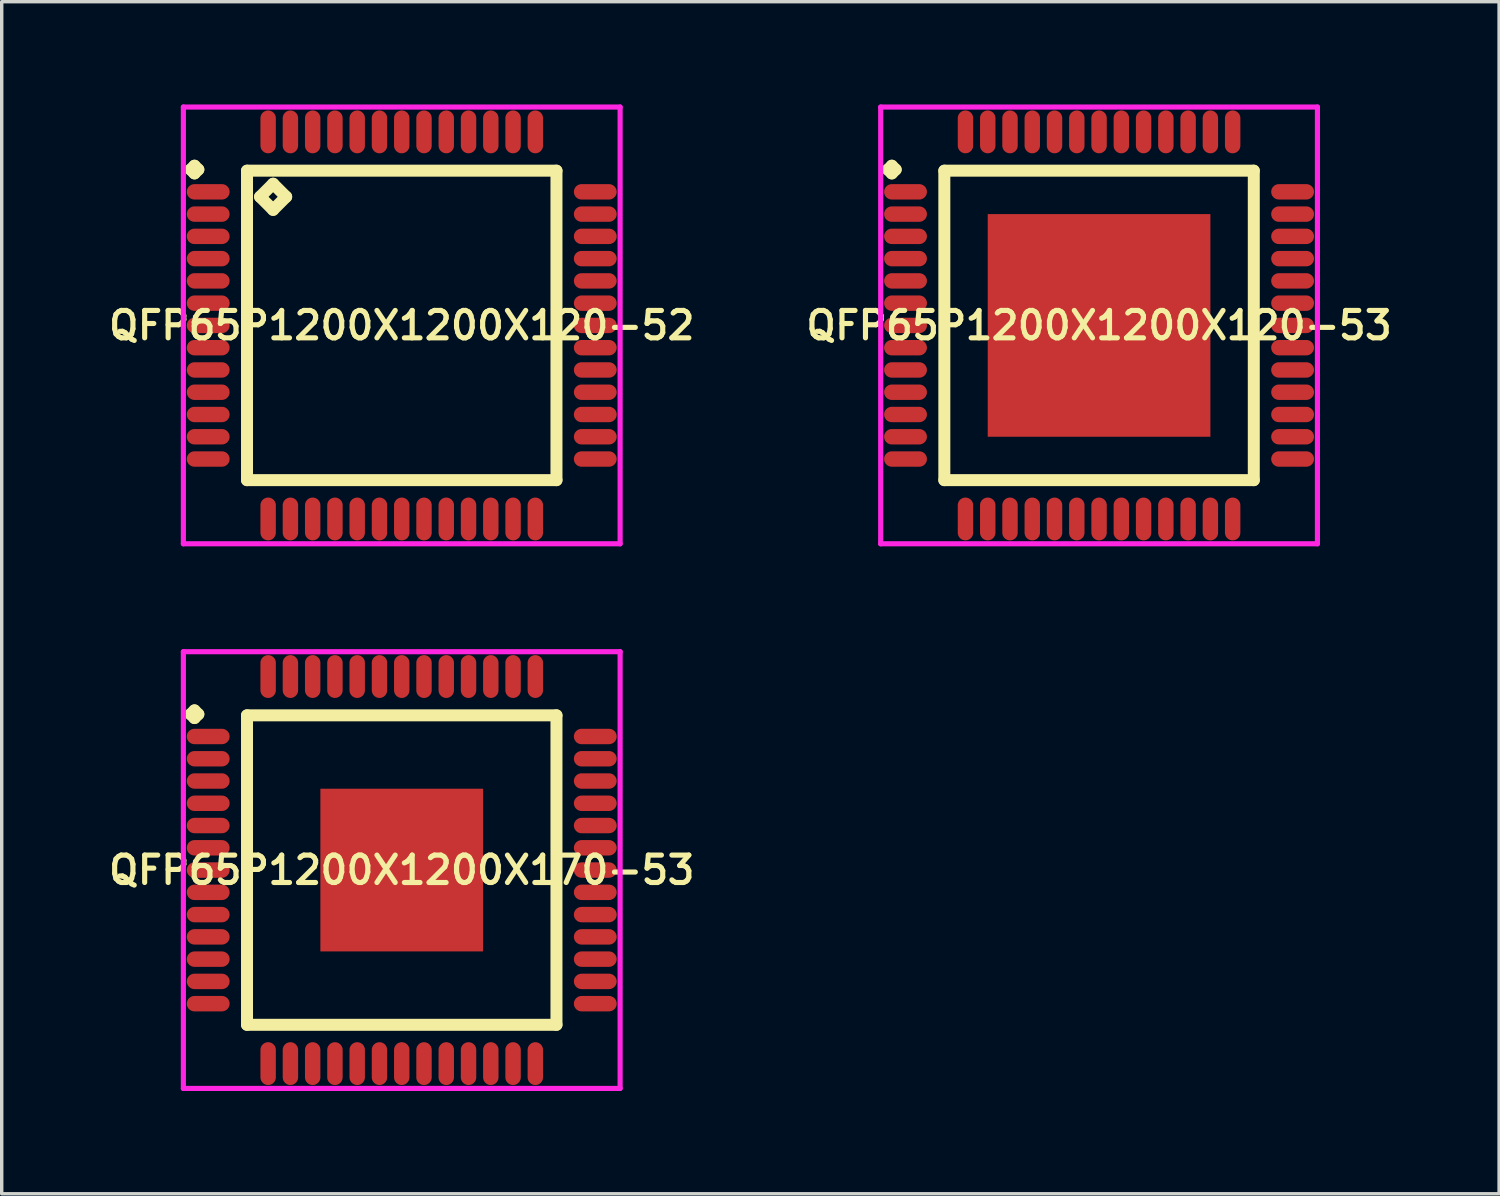
<source format=kicad_pcb>
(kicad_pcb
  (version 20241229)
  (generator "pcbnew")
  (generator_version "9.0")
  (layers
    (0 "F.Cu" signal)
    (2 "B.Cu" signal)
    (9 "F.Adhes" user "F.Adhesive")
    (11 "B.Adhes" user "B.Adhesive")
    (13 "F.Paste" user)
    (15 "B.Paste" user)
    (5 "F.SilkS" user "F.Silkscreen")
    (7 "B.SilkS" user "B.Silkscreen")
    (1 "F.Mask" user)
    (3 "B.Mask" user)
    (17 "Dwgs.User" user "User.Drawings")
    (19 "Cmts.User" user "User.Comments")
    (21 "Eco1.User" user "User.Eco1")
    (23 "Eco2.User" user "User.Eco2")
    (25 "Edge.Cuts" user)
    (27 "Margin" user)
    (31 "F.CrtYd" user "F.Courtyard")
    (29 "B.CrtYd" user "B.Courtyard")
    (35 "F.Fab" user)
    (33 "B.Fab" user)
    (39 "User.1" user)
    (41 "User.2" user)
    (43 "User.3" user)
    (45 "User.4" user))
  (footprint "QFP65P1200X1200X120-52"
    (layer "F.Cu")
    (at 8.678 6.45)
    (property "Reference" "QFP65P1200X1200X120-52" (at 0 0 0) (layer "F.SilkS") (effects (font (size 0.8 0.8) (thickness 0.15))))
    (attr smd)
    (fp_line (start -6.162 -4.55) (end -6.05 -4.662) (stroke (width 0.35) (type solid)) (layer "F.SilkS"))
    (fp_line (start -6.05 -4.662) (end -5.938 -4.55) (stroke (width 0.35) (type solid)) (layer "F.SilkS"))
    (fp_line (start -6.05 -4.438) (end -6.162 -4.55) (stroke (width 0.35) (type solid)) (layer "F.SilkS"))
    (fp_line (start -5.938 -4.55) (end -6.05 -4.438) (stroke (width 0.35) (type solid)) (layer "F.SilkS"))
    (fp_line (start -4.517 -4.517) (end -4.517 4.517) (stroke (width 0.35) (type solid)) (layer "F.SilkS"))
    (fp_line (start -4.517 4.517) (end 4.517 4.517) (stroke (width 0.35) (type solid)) (layer "F.SilkS"))
    (fp_line (start -4.136 -3.755) (end -3.755 -4.136) (stroke (width 0.35) (type solid)) (layer "F.SilkS"))
    (fp_line (start -3.755 -4.136) (end -3.374 -3.755) (stroke (width 0.35) (type solid)) (layer "F.SilkS"))
    (fp_line (start -3.755 -3.374) (end -4.136 -3.755) (stroke (width 0.35) (type solid)) (layer "F.SilkS"))
    (fp_line (start -3.374 -3.755) (end -3.755 -3.374) (stroke (width 0.35) (type solid)) (layer "F.SilkS"))
    (fp_line (start 4.517 -4.517) (end -4.517 -4.517) (stroke (width 0.35) (type solid)) (layer "F.SilkS"))
    (fp_line (start 4.517 4.517) (end 4.517 -4.517) (stroke (width 0.35) (type solid)) (layer "F.SilkS"))
    (fp_line (start -6.375 -6.375) (end 6.375 -6.375) (stroke (width 0.15) (type solid)) (layer "F.CrtYd"))
    (fp_line (start -6.375 6.375) (end -6.375 -6.375) (stroke (width 0.15) (type solid)) (layer "F.CrtYd"))
    (fp_line (start 6.375 -6.375) (end 6.375 6.375) (stroke (width 0.15) (type solid)) (layer "F.CrtYd"))
    (fp_line (start 6.375 6.375) (end -6.375 6.375) (stroke (width 0.15) (type solid)) (layer "F.CrtYd"))
    (pad "1" smd oval (at -5.65 -3.9) (size 1.25 0.45) (layers "F.Cu" "F.Mask" "F.Paste"))
    (pad "2" smd oval (at -5.65 -3.25) (size 1.25 0.45) (layers "F.Cu" "F.Mask" "F.Paste"))
    (pad "3" smd oval (at -5.65 -2.6) (size 1.25 0.45) (layers "F.Cu" "F.Mask" "F.Paste"))
    (pad "4" smd oval (at -5.65 -1.95) (size 1.25 0.45) (layers "F.Cu" "F.Mask" "F.Paste"))
    (pad "5" smd oval (at -5.65 -1.3) (size 1.25 0.45) (layers "F.Cu" "F.Mask" "F.Paste"))
    (pad "6" smd oval (at -5.65 -0.65) (size 1.25 0.45) (layers "F.Cu" "F.Mask" "F.Paste"))
    (pad "7" smd oval (at -5.65 0) (size 1.25 0.45) (layers "F.Cu" "F.Mask" "F.Paste"))
    (pad "8" smd oval (at -5.65 0.65) (size 1.25 0.45) (layers "F.Cu" "F.Mask" "F.Paste"))
    (pad "9" smd oval (at -5.65 1.3) (size 1.25 0.45) (layers "F.Cu" "F.Mask" "F.Paste"))
    (pad "10" smd oval (at -5.65 1.95) (size 1.25 0.45) (layers "F.Cu" "F.Mask" "F.Paste"))
    (pad "11" smd oval (at -5.65 2.6) (size 1.25 0.45) (layers "F.Cu" "F.Mask" "F.Paste"))
    (pad "12" smd oval (at -5.65 3.25) (size 1.25 0.45) (layers "F.Cu" "F.Mask" "F.Paste"))
    (pad "13" smd oval (at -5.65 3.9) (size 1.25 0.45) (layers "F.Cu" "F.Mask" "F.Paste"))
    (pad "14" smd oval (at -3.9 5.65) (size 0.45 1.25) (layers "F.Cu" "F.Mask" "F.Paste"))
    (pad "15" smd oval (at -3.25 5.65) (size 0.45 1.25) (layers "F.Cu" "F.Mask" "F.Paste"))
    (pad "16" smd oval (at -2.6 5.65) (size 0.45 1.25) (layers "F.Cu" "F.Mask" "F.Paste"))
    (pad "17" smd oval (at -1.95 5.65) (size 0.45 1.25) (layers "F.Cu" "F.Mask" "F.Paste"))
    (pad "18" smd oval (at -1.3 5.65) (size 0.45 1.25) (layers "F.Cu" "F.Mask" "F.Paste"))
    (pad "19" smd oval (at -0.65 5.65) (size 0.45 1.25) (layers "F.Cu" "F.Mask" "F.Paste"))
    (pad "20" smd oval (at 0 5.65) (size 0.45 1.25) (layers "F.Cu" "F.Mask" "F.Paste"))
    (pad "21" smd oval (at 0.65 5.65) (size 0.45 1.25) (layers "F.Cu" "F.Mask" "F.Paste"))
    (pad "22" smd oval (at 1.3 5.65) (size 0.45 1.25) (layers "F.Cu" "F.Mask" "F.Paste"))
    (pad "23" smd oval (at 1.95 5.65) (size 0.45 1.25) (layers "F.Cu" "F.Mask" "F.Paste"))
    (pad "24" smd oval (at 2.6 5.65) (size 0.45 1.25) (layers "F.Cu" "F.Mask" "F.Paste"))
    (pad "25" smd oval (at 3.25 5.65) (size 0.45 1.25) (layers "F.Cu" "F.Mask" "F.Paste"))
    (pad "26" smd oval (at 3.9 5.65) (size 0.45 1.25) (layers "F.Cu" "F.Mask" "F.Paste"))
    (pad "27" smd oval (at 5.65 3.9) (size 1.25 0.45) (layers "F.Cu" "F.Mask" "F.Paste"))
    (pad "28" smd oval (at 5.65 3.25) (size 1.25 0.45) (layers "F.Cu" "F.Mask" "F.Paste"))
    (pad "29" smd oval (at 5.65 2.6) (size 1.25 0.45) (layers "F.Cu" "F.Mask" "F.Paste"))
    (pad "30" smd oval (at 5.65 1.95) (size 1.25 0.45) (layers "F.Cu" "F.Mask" "F.Paste"))
    (pad "31" smd oval (at 5.65 1.3) (size 1.25 0.45) (layers "F.Cu" "F.Mask" "F.Paste"))
    (pad "32" smd oval (at 5.65 0.65) (size 1.25 0.45) (layers "F.Cu" "F.Mask" "F.Paste"))
    (pad "33" smd oval (at 5.65 0) (size 1.25 0.45) (layers "F.Cu" "F.Mask" "F.Paste"))
    (pad "34" smd oval (at 5.65 -0.65) (size 1.25 0.45) (layers "F.Cu" "F.Mask" "F.Paste"))
    (pad "35" smd oval (at 5.65 -1.3) (size 1.25 0.45) (layers "F.Cu" "F.Mask" "F.Paste"))
    (pad "36" smd oval (at 5.65 -1.95) (size 1.25 0.45) (layers "F.Cu" "F.Mask" "F.Paste"))
    (pad "37" smd oval (at 5.65 -2.6) (size 1.25 0.45) (layers "F.Cu" "F.Mask" "F.Paste"))
    (pad "38" smd oval (at 5.65 -3.25) (size 1.25 0.45) (layers "F.Cu" "F.Mask" "F.Paste"))
    (pad "39" smd oval (at 5.65 -3.9) (size 1.25 0.45) (layers "F.Cu" "F.Mask" "F.Paste"))
    (pad "40" smd oval (at 3.9 -5.65) (size 0.45 1.25) (layers "F.Cu" "F.Mask" "F.Paste"))
    (pad "41" smd oval (at 3.25 -5.65) (size 0.45 1.25) (layers "F.Cu" "F.Mask" "F.Paste"))
    (pad "42" smd oval (at 2.6 -5.65) (size 0.45 1.25) (layers "F.Cu" "F.Mask" "F.Paste"))
    (pad "43" smd oval (at 1.95 -5.65) (size 0.45 1.25) (layers "F.Cu" "F.Mask" "F.Paste"))
    (pad "44" smd oval (at 1.3 -5.65) (size 0.45 1.25) (layers "F.Cu" "F.Mask" "F.Paste"))
    (pad "45" smd oval (at 0.65 -5.65) (size 0.45 1.25) (layers "F.Cu" "F.Mask" "F.Paste"))
    (pad "46" smd oval (at 0 -5.65) (size 0.45 1.25) (layers "F.Cu" "F.Mask" "F.Paste"))
    (pad "47" smd oval (at -0.65 -5.65) (size 0.45 1.25) (layers "F.Cu" "F.Mask" "F.Paste"))
    (pad "48" smd oval (at -1.3 -5.65) (size 0.45 1.25) (layers "F.Cu" "F.Mask" "F.Paste"))
    (pad "49" smd oval (at -1.95 -5.65) (size 0.45 1.25) (layers "F.Cu" "F.Mask" "F.Paste"))
    (pad "50" smd oval (at -2.6 -5.65) (size 0.45 1.25) (layers "F.Cu" "F.Mask" "F.Paste"))
    (pad "51" smd oval (at -3.25 -5.65) (size 0.45 1.25) (layers "F.Cu" "F.Mask" "F.Paste"))
    (pad "52" smd oval (at -3.9 -5.65) (size 0.45 1.25) (layers "F.Cu" "F.Mask" "F.Paste")))
  (footprint "QFP65P1200X1200X170-53"
    (layer "F.Cu")
    (at 8.678 22.35)
    (property "Reference" "QFP65P1200X1200X170-53" (at 0 0 0) (layer "F.SilkS") (effects (font (size 0.8 0.8) (thickness 0.15))))
    (attr smd)
    (fp_line (start -6.162 -4.55) (end -6.05 -4.662) (stroke (width 0.35) (type solid)) (layer "F.SilkS"))
    (fp_line (start -6.05 -4.662) (end -5.938 -4.55) (stroke (width 0.35) (type solid)) (layer "F.SilkS"))
    (fp_line (start -6.05 -4.438) (end -6.162 -4.55) (stroke (width 0.35) (type solid)) (layer "F.SilkS"))
    (fp_line (start -5.938 -4.55) (end -6.05 -4.438) (stroke (width 0.35) (type solid)) (layer "F.SilkS"))
    (fp_line (start -4.517 -4.517) (end -4.517 4.517) (stroke (width 0.35) (type solid)) (layer "F.SilkS"))
    (fp_line (start -4.517 4.517) (end 4.517 4.517) (stroke (width 0.35) (type solid)) (layer "F.SilkS"))
    (fp_line (start 4.517 -4.517) (end -4.517 -4.517) (stroke (width 0.35) (type solid)) (layer "F.SilkS"))
    (fp_line (start 4.517 4.517) (end 4.517 -4.517) (stroke (width 0.35) (type solid)) (layer "F.SilkS"))
    (fp_line (start -6.375 -6.375) (end 6.375 -6.375) (stroke (width 0.15) (type solid)) (layer "F.CrtYd"))
    (fp_line (start -6.375 6.375) (end -6.375 -6.375) (stroke (width 0.15) (type solid)) (layer "F.CrtYd"))
    (fp_line (start 6.375 -6.375) (end 6.375 6.375) (stroke (width 0.15) (type solid)) (layer "F.CrtYd"))
    (fp_line (start 6.375 6.375) (end -6.375 6.375) (stroke (width 0.15) (type solid)) (layer "F.CrtYd"))
    (pad "1" smd oval (at -5.65 -3.9) (size 1.25 0.45) (layers "F.Cu" "F.Mask" "F.Paste"))
    (pad "2" smd oval (at -5.65 -3.25) (size 1.25 0.45) (layers "F.Cu" "F.Mask" "F.Paste"))
    (pad "3" smd oval (at -5.65 -2.6) (size 1.25 0.45) (layers "F.Cu" "F.Mask" "F.Paste"))
    (pad "4" smd oval (at -5.65 -1.95) (size 1.25 0.45) (layers "F.Cu" "F.Mask" "F.Paste"))
    (pad "5" smd oval (at -5.65 -1.3) (size 1.25 0.45) (layers "F.Cu" "F.Mask" "F.Paste"))
    (pad "6" smd oval (at -5.65 -0.65) (size 1.25 0.45) (layers "F.Cu" "F.Mask" "F.Paste"))
    (pad "7" smd oval (at -5.65 0) (size 1.25 0.45) (layers "F.Cu" "F.Mask" "F.Paste"))
    (pad "8" smd oval (at -5.65 0.65) (size 1.25 0.45) (layers "F.Cu" "F.Mask" "F.Paste"))
    (pad "9" smd oval (at -5.65 1.3) (size 1.25 0.45) (layers "F.Cu" "F.Mask" "F.Paste"))
    (pad "10" smd oval (at -5.65 1.95) (size 1.25 0.45) (layers "F.Cu" "F.Mask" "F.Paste"))
    (pad "11" smd oval (at -5.65 2.6) (size 1.25 0.45) (layers "F.Cu" "F.Mask" "F.Paste"))
    (pad "12" smd oval (at -5.65 3.25) (size 1.25 0.45) (layers "F.Cu" "F.Mask" "F.Paste"))
    (pad "13" smd oval (at -5.65 3.9) (size 1.25 0.45) (layers "F.Cu" "F.Mask" "F.Paste"))
    (pad "14" smd oval (at -3.9 5.65) (size 0.45 1.25) (layers "F.Cu" "F.Mask" "F.Paste"))
    (pad "15" smd oval (at -3.25 5.65) (size 0.45 1.25) (layers "F.Cu" "F.Mask" "F.Paste"))
    (pad "16" smd oval (at -2.6 5.65) (size 0.45 1.25) (layers "F.Cu" "F.Mask" "F.Paste"))
    (pad "17" smd oval (at -1.95 5.65) (size 0.45 1.25) (layers "F.Cu" "F.Mask" "F.Paste"))
    (pad "18" smd oval (at -1.3 5.65) (size 0.45 1.25) (layers "F.Cu" "F.Mask" "F.Paste"))
    (pad "19" smd oval (at -0.65 5.65) (size 0.45 1.25) (layers "F.Cu" "F.Mask" "F.Paste"))
    (pad "20" smd oval (at 0 5.65) (size 0.45 1.25) (layers "F.Cu" "F.Mask" "F.Paste"))
    (pad "21" smd oval (at 0.65 5.65) (size 0.45 1.25) (layers "F.Cu" "F.Mask" "F.Paste"))
    (pad "22" smd oval (at 1.3 5.65) (size 0.45 1.25) (layers "F.Cu" "F.Mask" "F.Paste"))
    (pad "23" smd oval (at 1.95 5.65) (size 0.45 1.25) (layers "F.Cu" "F.Mask" "F.Paste"))
    (pad "24" smd oval (at 2.6 5.65) (size 0.45 1.25) (layers "F.Cu" "F.Mask" "F.Paste"))
    (pad "25" smd oval (at 3.25 5.65) (size 0.45 1.25) (layers "F.Cu" "F.Mask" "F.Paste"))
    (pad "26" smd oval (at 3.9 5.65) (size 0.45 1.25) (layers "F.Cu" "F.Mask" "F.Paste"))
    (pad "27" smd oval (at 5.65 3.9) (size 1.25 0.45) (layers "F.Cu" "F.Mask" "F.Paste"))
    (pad "28" smd oval (at 5.65 3.25) (size 1.25 0.45) (layers "F.Cu" "F.Mask" "F.Paste"))
    (pad "29" smd oval (at 5.65 2.6) (size 1.25 0.45) (layers "F.Cu" "F.Mask" "F.Paste"))
    (pad "30" smd oval (at 5.65 1.95) (size 1.25 0.45) (layers "F.Cu" "F.Mask" "F.Paste"))
    (pad "31" smd oval (at 5.65 1.3) (size 1.25 0.45) (layers "F.Cu" "F.Mask" "F.Paste"))
    (pad "32" smd oval (at 5.65 0.65) (size 1.25 0.45) (layers "F.Cu" "F.Mask" "F.Paste"))
    (pad "33" smd oval (at 5.65 0) (size 1.25 0.45) (layers "F.Cu" "F.Mask" "F.Paste"))
    (pad "34" smd oval (at 5.65 -0.65) (size 1.25 0.45) (layers "F.Cu" "F.Mask" "F.Paste"))
    (pad "35" smd oval (at 5.65 -1.3) (size 1.25 0.45) (layers "F.Cu" "F.Mask" "F.Paste"))
    (pad "36" smd oval (at 5.65 -1.95) (size 1.25 0.45) (layers "F.Cu" "F.Mask" "F.Paste"))
    (pad "37" smd oval (at 5.65 -2.6) (size 1.25 0.45) (layers "F.Cu" "F.Mask" "F.Paste"))
    (pad "38" smd oval (at 5.65 -3.25) (size 1.25 0.45) (layers "F.Cu" "F.Mask" "F.Paste"))
    (pad "39" smd oval (at 5.65 -3.9) (size 1.25 0.45) (layers "F.Cu" "F.Mask" "F.Paste"))
    (pad "40" smd oval (at 3.9 -5.65) (size 0.45 1.25) (layers "F.Cu" "F.Mask" "F.Paste"))
    (pad "41" smd oval (at 3.25 -5.65) (size 0.45 1.25) (layers "F.Cu" "F.Mask" "F.Paste"))
    (pad "42" smd oval (at 2.6 -5.65) (size 0.45 1.25) (layers "F.Cu" "F.Mask" "F.Paste"))
    (pad "43" smd oval (at 1.95 -5.65) (size 0.45 1.25) (layers "F.Cu" "F.Mask" "F.Paste"))
    (pad "44" smd oval (at 1.3 -5.65) (size 0.45 1.25) (layers "F.Cu" "F.Mask" "F.Paste"))
    (pad "45" smd oval (at 0.65 -5.65) (size 0.45 1.25) (layers "F.Cu" "F.Mask" "F.Paste"))
    (pad "46" smd oval (at 0 -5.65) (size 0.45 1.25) (layers "F.Cu" "F.Mask" "F.Paste"))
    (pad "47" smd oval (at -0.65 -5.65) (size 0.45 1.25) (layers "F.Cu" "F.Mask" "F.Paste"))
    (pad "48" smd oval (at -1.3 -5.65) (size 0.45 1.25) (layers "F.Cu" "F.Mask" "F.Paste"))
    (pad "49" smd oval (at -1.95 -5.65) (size 0.45 1.25) (layers "F.Cu" "F.Mask" "F.Paste"))
    (pad "50" smd oval (at -2.6 -5.65) (size 0.45 1.25) (layers "F.Cu" "F.Mask" "F.Paste"))
    (pad "51" smd oval (at -3.25 -5.65) (size 0.45 1.25) (layers "F.Cu" "F.Mask" "F.Paste"))
    (pad "52" smd oval (at -3.9 -5.65) (size 0.45 1.25) (layers "F.Cu" "F.Mask" "F.Paste"))
    (pad "53" smd rect (at 0 0) (size 4.75 4.75) (layers "F.Cu" "F.Mask" "F.Paste")))
  (footprint "QFP65P1200X1200X120-53"
    (layer "F.Cu")
    (at 29.035 6.45)
    (property "Reference" "QFP65P1200X1200X120-53" (at 0 0 0) (layer "F.SilkS") (effects (font (size 0.8 0.8) (thickness 0.15))))
    (attr smd)
    (fp_line (start -6.162 -4.55) (end -6.05 -4.662) (stroke (width 0.35) (type solid)) (layer "F.SilkS"))
    (fp_line (start -6.05 -4.662) (end -5.938 -4.55) (stroke (width 0.35) (type solid)) (layer "F.SilkS"))
    (fp_line (start -6.05 -4.438) (end -6.162 -4.55) (stroke (width 0.35) (type solid)) (layer "F.SilkS"))
    (fp_line (start -5.938 -4.55) (end -6.05 -4.438) (stroke (width 0.35) (type solid)) (layer "F.SilkS"))
    (fp_line (start -4.517 -4.517) (end -4.517 4.517) (stroke (width 0.35) (type solid)) (layer "F.SilkS"))
    (fp_line (start -4.517 4.517) (end 4.517 4.517) (stroke (width 0.35) (type solid)) (layer "F.SilkS"))
    (fp_line (start 4.517 -4.517) (end -4.517 -4.517) (stroke (width 0.35) (type solid)) (layer "F.SilkS"))
    (fp_line (start 4.517 4.517) (end 4.517 -4.517) (stroke (width 0.35) (type solid)) (layer "F.SilkS"))
    (fp_line (start -6.375 -6.375) (end 6.375 -6.375) (stroke (width 0.15) (type solid)) (layer "F.CrtYd"))
    (fp_line (start -6.375 6.375) (end -6.375 -6.375) (stroke (width 0.15) (type solid)) (layer "F.CrtYd"))
    (fp_line (start 6.375 -6.375) (end 6.375 6.375) (stroke (width 0.15) (type solid)) (layer "F.CrtYd"))
    (fp_line (start 6.375 6.375) (end -6.375 6.375) (stroke (width 0.15) (type solid)) (layer "F.CrtYd"))
    (pad "1" smd oval (at -5.65 -3.9) (size 1.25 0.45) (layers "F.Cu" "F.Mask" "F.Paste"))
    (pad "2" smd oval (at -5.65 -3.25) (size 1.25 0.45) (layers "F.Cu" "F.Mask" "F.Paste"))
    (pad "3" smd oval (at -5.65 -2.6) (size 1.25 0.45) (layers "F.Cu" "F.Mask" "F.Paste"))
    (pad "4" smd oval (at -5.65 -1.95) (size 1.25 0.45) (layers "F.Cu" "F.Mask" "F.Paste"))
    (pad "5" smd oval (at -5.65 -1.3) (size 1.25 0.45) (layers "F.Cu" "F.Mask" "F.Paste"))
    (pad "6" smd oval (at -5.65 -0.65) (size 1.25 0.45) (layers "F.Cu" "F.Mask" "F.Paste"))
    (pad "7" smd oval (at -5.65 0) (size 1.25 0.45) (layers "F.Cu" "F.Mask" "F.Paste"))
    (pad "8" smd oval (at -5.65 0.65) (size 1.25 0.45) (layers "F.Cu" "F.Mask" "F.Paste"))
    (pad "9" smd oval (at -5.65 1.3) (size 1.25 0.45) (layers "F.Cu" "F.Mask" "F.Paste"))
    (pad "10" smd oval (at -5.65 1.95) (size 1.25 0.45) (layers "F.Cu" "F.Mask" "F.Paste"))
    (pad "11" smd oval (at -5.65 2.6) (size 1.25 0.45) (layers "F.Cu" "F.Mask" "F.Paste"))
    (pad "12" smd oval (at -5.65 3.25) (size 1.25 0.45) (layers "F.Cu" "F.Mask" "F.Paste"))
    (pad "13" smd oval (at -5.65 3.9) (size 1.25 0.45) (layers "F.Cu" "F.Mask" "F.Paste"))
    (pad "14" smd oval (at -3.9 5.65) (size 0.45 1.25) (layers "F.Cu" "F.Mask" "F.Paste"))
    (pad "15" smd oval (at -3.25 5.65) (size 0.45 1.25) (layers "F.Cu" "F.Mask" "F.Paste"))
    (pad "16" smd oval (at -2.6 5.65) (size 0.45 1.25) (layers "F.Cu" "F.Mask" "F.Paste"))
    (pad "17" smd oval (at -1.95 5.65) (size 0.45 1.25) (layers "F.Cu" "F.Mask" "F.Paste"))
    (pad "18" smd oval (at -1.3 5.65) (size 0.45 1.25) (layers "F.Cu" "F.Mask" "F.Paste"))
    (pad "19" smd oval (at -0.65 5.65) (size 0.45 1.25) (layers "F.Cu" "F.Mask" "F.Paste"))
    (pad "20" smd oval (at 0 5.65) (size 0.45 1.25) (layers "F.Cu" "F.Mask" "F.Paste"))
    (pad "21" smd oval (at 0.65 5.65) (size 0.45 1.25) (layers "F.Cu" "F.Mask" "F.Paste"))
    (pad "22" smd oval (at 1.3 5.65) (size 0.45 1.25) (layers "F.Cu" "F.Mask" "F.Paste"))
    (pad "23" smd oval (at 1.95 5.65) (size 0.45 1.25) (layers "F.Cu" "F.Mask" "F.Paste"))
    (pad "24" smd oval (at 2.6 5.65) (size 0.45 1.25) (layers "F.Cu" "F.Mask" "F.Paste"))
    (pad "25" smd oval (at 3.25 5.65) (size 0.45 1.25) (layers "F.Cu" "F.Mask" "F.Paste"))
    (pad "26" smd oval (at 3.9 5.65) (size 0.45 1.25) (layers "F.Cu" "F.Mask" "F.Paste"))
    (pad "27" smd oval (at 5.65 3.9) (size 1.25 0.45) (layers "F.Cu" "F.Mask" "F.Paste"))
    (pad "28" smd oval (at 5.65 3.25) (size 1.25 0.45) (layers "F.Cu" "F.Mask" "F.Paste"))
    (pad "29" smd oval (at 5.65 2.6) (size 1.25 0.45) (layers "F.Cu" "F.Mask" "F.Paste"))
    (pad "30" smd oval (at 5.65 1.95) (size 1.25 0.45) (layers "F.Cu" "F.Mask" "F.Paste"))
    (pad "31" smd oval (at 5.65 1.3) (size 1.25 0.45) (layers "F.Cu" "F.Mask" "F.Paste"))
    (pad "32" smd oval (at 5.65 0.65) (size 1.25 0.45) (layers "F.Cu" "F.Mask" "F.Paste"))
    (pad "33" smd oval (at 5.65 0) (size 1.25 0.45) (layers "F.Cu" "F.Mask" "F.Paste"))
    (pad "34" smd oval (at 5.65 -0.65) (size 1.25 0.45) (layers "F.Cu" "F.Mask" "F.Paste"))
    (pad "35" smd oval (at 5.65 -1.3) (size 1.25 0.45) (layers "F.Cu" "F.Mask" "F.Paste"))
    (pad "36" smd oval (at 5.65 -1.95) (size 1.25 0.45) (layers "F.Cu" "F.Mask" "F.Paste"))
    (pad "37" smd oval (at 5.65 -2.6) (size 1.25 0.45) (layers "F.Cu" "F.Mask" "F.Paste"))
    (pad "38" smd oval (at 5.65 -3.25) (size 1.25 0.45) (layers "F.Cu" "F.Mask" "F.Paste"))
    (pad "39" smd oval (at 5.65 -3.9) (size 1.25 0.45) (layers "F.Cu" "F.Mask" "F.Paste"))
    (pad "40" smd oval (at 3.9 -5.65) (size 0.45 1.25) (layers "F.Cu" "F.Mask" "F.Paste"))
    (pad "41" smd oval (at 3.25 -5.65) (size 0.45 1.25) (layers "F.Cu" "F.Mask" "F.Paste"))
    (pad "42" smd oval (at 2.6 -5.65) (size 0.45 1.25) (layers "F.Cu" "F.Mask" "F.Paste"))
    (pad "43" smd oval (at 1.95 -5.65) (size 0.45 1.25) (layers "F.Cu" "F.Mask" "F.Paste"))
    (pad "44" smd oval (at 1.3 -5.65) (size 0.45 1.25) (layers "F.Cu" "F.Mask" "F.Paste"))
    (pad "45" smd oval (at 0.65 -5.65) (size 0.45 1.25) (layers "F.Cu" "F.Mask" "F.Paste"))
    (pad "46" smd oval (at 0 -5.65) (size 0.45 1.25) (layers "F.Cu" "F.Mask" "F.Paste"))
    (pad "47" smd oval (at -0.65 -5.65) (size 0.45 1.25) (layers "F.Cu" "F.Mask" "F.Paste"))
    (pad "48" smd oval (at -1.3 -5.65) (size 0.45 1.25) (layers "F.Cu" "F.Mask" "F.Paste"))
    (pad "49" smd oval (at -1.95 -5.65) (size 0.45 1.25) (layers "F.Cu" "F.Mask" "F.Paste"))
    (pad "50" smd oval (at -2.6 -5.65) (size 0.45 1.25) (layers "F.Cu" "F.Mask" "F.Paste"))
    (pad "51" smd oval (at -3.25 -5.65) (size 0.45 1.25) (layers "F.Cu" "F.Mask" "F.Paste"))
    (pad "52" smd oval (at -3.9 -5.65) (size 0.45 1.25) (layers "F.Cu" "F.Mask" "F.Paste"))
    (pad "53" smd rect (at 0 0) (size 6.5 6.5) (layers "F.Cu" "F.Mask" "F.Paste")))
  (gr_rect
    (start -3 -3)
    (end 40.713 31.8)
    (stroke (width 0.1) (type default))
    (fill no)
    (layer "Edge.Cuts")))
</source>
